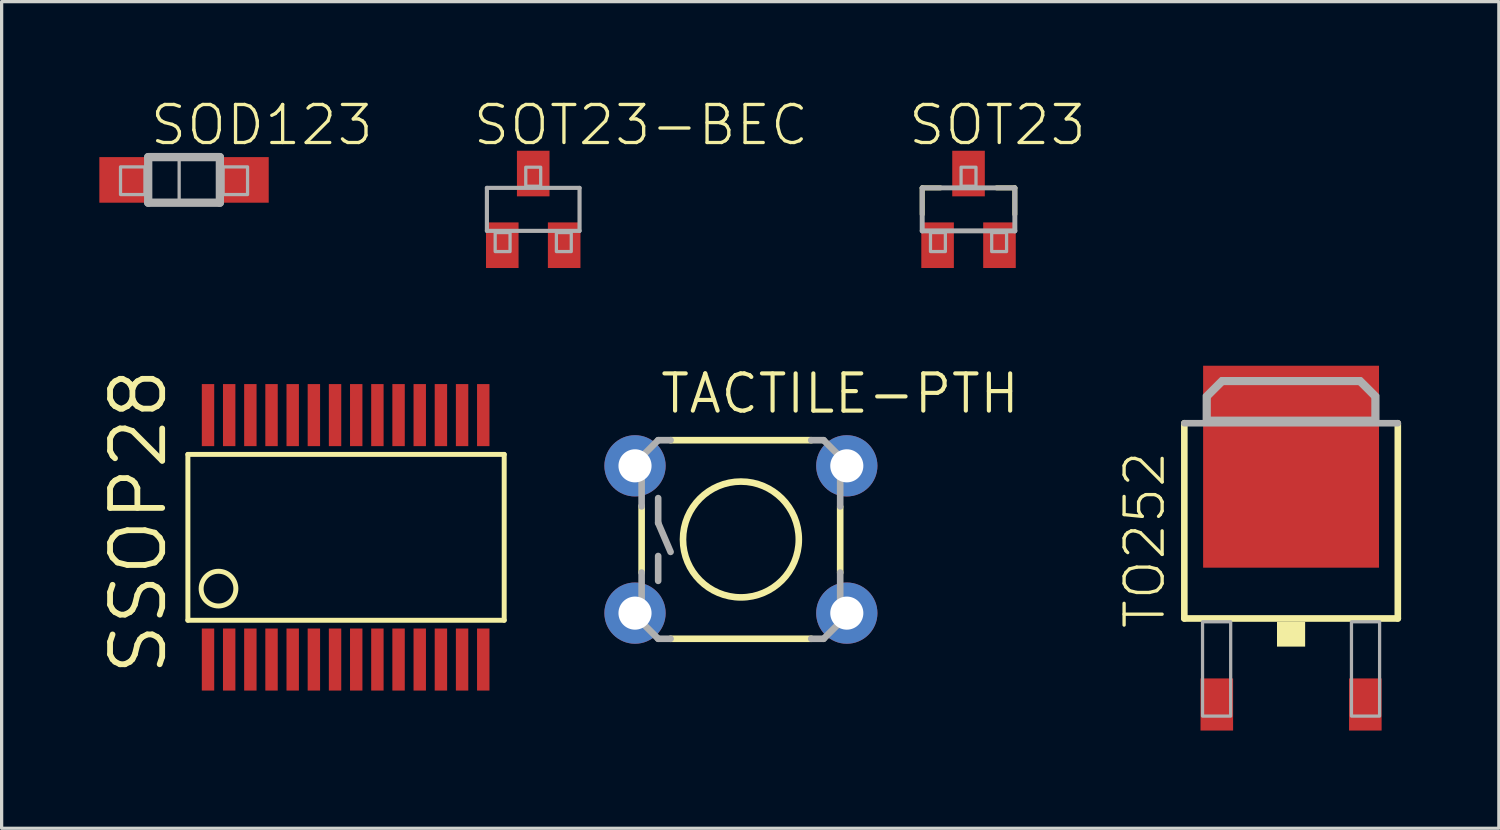
<source format=kicad_pcb>
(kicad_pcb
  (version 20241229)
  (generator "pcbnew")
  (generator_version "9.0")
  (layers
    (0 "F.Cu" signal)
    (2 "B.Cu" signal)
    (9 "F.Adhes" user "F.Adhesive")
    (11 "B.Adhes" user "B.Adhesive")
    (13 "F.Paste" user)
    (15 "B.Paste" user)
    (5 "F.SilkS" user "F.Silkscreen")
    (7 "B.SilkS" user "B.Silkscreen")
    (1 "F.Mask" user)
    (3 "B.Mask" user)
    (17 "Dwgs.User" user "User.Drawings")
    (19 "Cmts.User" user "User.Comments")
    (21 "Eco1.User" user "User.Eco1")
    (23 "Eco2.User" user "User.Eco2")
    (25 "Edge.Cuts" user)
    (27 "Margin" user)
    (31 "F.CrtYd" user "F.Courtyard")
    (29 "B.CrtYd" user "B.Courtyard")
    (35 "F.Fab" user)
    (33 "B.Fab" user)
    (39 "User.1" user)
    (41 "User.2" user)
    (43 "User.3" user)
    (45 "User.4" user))
  (footprint "SOD123"
    (layer "F.Cu")
    (at 2.6 2.473)
    (property "Reference" "SOD123" (at -1.1 -1 0) (layer "F.SilkS") (effects (font (size 1.168 1.168) (thickness 0.102)) (justify left bottom)))
    (fp_line (start -1.1 -0.7) (end 1.1 -0.7) (stroke (width 0.254) (type solid)) (layer "F.Fab"))
    (fp_line (start -1.1 0.7) (end -1.1 -0.7) (stroke (width 0.254) (type solid)) (layer "F.Fab"))
    (fp_line (start 1.1 -0.7) (end 1.1 0.7) (stroke (width 0.254) (type solid)) (layer "F.Fab"))
    (fp_line (start 1.1 0.7) (end -1.1 0.7) (stroke (width 0.254) (type solid)) (layer "F.Fab"))
    (fp_poly (pts (xy -1.95 0.45) (xy -1.2 0.45) (xy -1.2 -0.4) (xy -1.95 -0.4)) (stroke (width 0.1) (type solid)) (fill no) (layer "F.Fab"))
    (fp_poly (pts (xy -1.05 0.65) (xy -0.15 0.65) (xy -0.15 -0.7) (xy -1.05 -0.7)) (stroke (width 0.1) (type solid)) (fill no) (layer "F.Fab"))
    (fp_poly (pts (xy 1.2 0.45) (xy 1.95 0.45) (xy 1.95 -0.4) (xy 1.2 -0.4)) (stroke (width 0.1) (type solid)) (fill no) (layer "F.Fab"))
    (pad "A" smd rect (at 1.9 0) (size 1.4 1.4) (layers "F.Cu" "F.Mask" "F.Paste"))
    (pad "C" smd rect (at -1.9 0) (size 1.4 1.4) (layers "F.Cu" "F.Mask" "F.Paste")))
  (footprint "TO252"
    (layer "F.Cu")
    (at 36.586 13.778)
    (property "Reference" "TO252" (at -3.81 2.54 90) (layer "F.SilkS") (effects (font (size 1.168 1.168) (thickness 0.102)) (justify left bottom)))
    (fp_line (start -3.277 2.159) (end -3.277 -3.835) (stroke (width 0.203) (type solid)) (layer "F.SilkS"))
    (fp_line (start 3.277 -3.835) (end 3.277 2.159) (stroke (width 0.203) (type solid)) (layer "F.SilkS"))
    (fp_line (start 3.277 2.159) (end -3.277 2.159) (stroke (width 0.203) (type solid)) (layer "F.SilkS"))
    (fp_poly (pts (xy -0.432 3.023) (xy 0.432 3.023) (xy 0.432 2.261) (xy -0.432 2.261)) (stroke (width 0) (type solid)) (fill yes) (layer "F.SilkS"))
    (fp_line (start -3.277 -3.835) (end 3.277 -3.835) (stroke (width 0.203) (type solid)) (layer "F.Fab"))
    (fp_line (start -2.565 -4.648) (end -2.108 -5.105) (stroke (width 0.203) (type solid)) (layer "F.Fab"))
    (fp_line (start -2.565 -3.937) (end -2.565 -4.648) (stroke (width 0.203) (type solid)) (layer "F.Fab"))
    (fp_line (start -2.108 -5.105) (end 2.108 -5.105) (stroke (width 0.203) (type solid)) (layer "F.Fab"))
    (fp_line (start 2.108 -5.105) (end 2.565 -4.648) (stroke (width 0.203) (type solid)) (layer "F.Fab"))
    (fp_line (start 2.565 -4.648) (end 2.565 -3.937) (stroke (width 0.203) (type solid)) (layer "F.Fab"))
    (fp_line (start 2.565 -3.937) (end -2.565 -3.937) (stroke (width 0.203) (type solid)) (layer "F.Fab"))
    (fp_poly (pts (xy -2.718 5.156) (xy -1.854 5.156) (xy -1.854 2.261) (xy -2.718 2.261)) (stroke (width 0.1) (type solid)) (fill no) (layer "F.Fab"))
    (fp_poly (pts (xy 1.854 5.156) (xy 2.718 5.156) (xy 2.718 2.261) (xy 1.854 2.261)) (stroke (width 0.1) (type solid)) (fill no) (layer "F.Fab"))
    (fp_poly (pts (xy 2.665 -4.69) (xy 2.665 -3.837) (xy -2.665 -3.837) (xy -2.665 -4.69) (xy -2.15 -5.205) (xy 2.15 -5.205)) (stroke (width 0.1) (type solid)) (fill no) (layer "F.Fab"))
    (pad "1" smd rect (at -2.28 4.8) (size 1 1.6) (layers "F.Cu" "F.Mask" "F.Paste"))
    (pad "2" smd rect (at 2.28 4.8) (size 1 1.6) (layers "F.Cu" "F.Mask" "F.Paste"))
    (pad "3" smd rect (at 0 -2.5) (size 5.4 6.2) (layers "F.Cu" "F.Mask" "F.Paste")))
  (footprint "SOT23-BEC"
    (layer "F.Cu")
    (at 13.32 3.378)
    (property "Reference" "SOT23-BEC" (at -1.905 -1.905 0) (layer "F.SilkS") (effects (font (size 1.168 1.168) (thickness 0.102)) (justify left bottom)))
    (fp_line (start -1.422 -0.66) (end 1.422 -0.66) (stroke (width 0.127) (type solid)) (layer "F.Fab"))
    (fp_line (start -1.422 0.66) (end -1.422 -0.66) (stroke (width 0.127) (type solid)) (layer "F.Fab"))
    (fp_line (start 1.422 -0.66) (end 1.422 0.66) (stroke (width 0.127) (type solid)) (layer "F.Fab"))
    (fp_line (start 1.422 0.66) (end -1.422 0.66) (stroke (width 0.127) (type solid)) (layer "F.Fab"))
    (fp_poly (pts (xy -1.168 1.295) (xy -0.711 1.295) (xy -0.711 0.711) (xy -1.168 0.711)) (stroke (width 0.1) (type solid)) (fill no) (layer "F.Fab"))
    (fp_poly (pts (xy -0.229 -0.711) (xy 0.229 -0.711) (xy 0.229 -1.295) (xy -0.229 -1.295)) (stroke (width 0.1) (type solid)) (fill no) (layer "F.Fab"))
    (fp_poly (pts (xy 0.711 1.295) (xy 1.168 1.295) (xy 1.168 0.711) (xy 0.711 0.711)) (stroke (width 0.1) (type solid)) (fill no) (layer "F.Fab"))
    (pad "B" smd rect (at -0.95 1.1) (size 1 1.4) (layers "F.Cu" "F.Mask" "F.Paste"))
    (pad "C" smd rect (at 0 -1.1) (size 1 1.4) (layers "F.Cu" "F.Mask" "F.Paste"))
    (pad "E" smd rect (at 0.95 1.1) (size 1 1.4) (layers "F.Cu" "F.Mask" "F.Paste")))
  (footprint "SSOP28"
    (layer "F.Cu")
    (at 7.886 13.446)
    (property "Reference" "SSOP28" (at -5.752 4.318 90) (layer "F.SilkS") (effects (font (size 1.6 1.6) (thickness 0.178)) (justify left bottom)))
    (fp_line (start -5.168 -2.546) (end -5.168 2.546) (stroke (width 0.152) (type solid)) (layer "F.SilkS"))
    (fp_line (start -5.168 2.546) (end 4.543 2.546) (stroke (width 0.152) (type solid)) (layer "F.SilkS"))
    (fp_line (start 4.543 -2.546) (end -5.168 -2.546) (stroke (width 0.152) (type solid)) (layer "F.SilkS"))
    (fp_line (start 4.543 2.546) (end 4.543 -2.546) (stroke (width 0.152) (type solid)) (layer "F.SilkS"))
    (fp_circle (center -4.228 1.575) (end -3.695 1.575) (stroke (width 0.152) (type solid)) (fill no) (layer "F.SilkS"))
    (pad "1" smd rect (at -4.55 3.752 90) (size 1.905 0.381) (layers "F.Cu" "F.Mask" "F.Paste"))
    (pad "2" smd rect (at -3.9 3.752 90) (size 1.905 0.381) (layers "F.Cu" "F.Mask" "F.Paste"))
    (pad "3" smd rect (at -3.25 3.752 90) (size 1.905 0.381) (layers "F.Cu" "F.Mask" "F.Paste"))
    (pad "4" smd rect (at -2.6 3.752 90) (size 1.905 0.381) (layers "F.Cu" "F.Mask" "F.Paste"))
    (pad "5" smd rect (at -1.95 3.752 90) (size 1.905 0.381) (layers "F.Cu" "F.Mask" "F.Paste"))
    (pad "6" smd rect (at -1.3 3.752 90) (size 1.905 0.381) (layers "F.Cu" "F.Mask" "F.Paste"))
    (pad "7" smd rect (at -0.65 3.752 90) (size 1.905 0.381) (layers "F.Cu" "F.Mask" "F.Paste"))
    (pad "8" smd rect (at 0 3.752 90) (size 1.905 0.381) (layers "F.Cu" "F.Mask" "F.Paste"))
    (pad "9" smd rect (at 0.65 3.752 90) (size 1.905 0.381) (layers "F.Cu" "F.Mask" "F.Paste"))
    (pad "10" smd rect (at 1.3 3.752 90) (size 1.905 0.381) (layers "F.Cu" "F.Mask" "F.Paste"))
    (pad "11" smd rect (at 1.95 3.752 90) (size 1.905 0.381) (layers "F.Cu" "F.Mask" "F.Paste"))
    (pad "12" smd rect (at 2.6 3.752 90) (size 1.905 0.381) (layers "F.Cu" "F.Mask" "F.Paste"))
    (pad "13" smd rect (at 3.25 3.752 90) (size 1.905 0.381) (layers "F.Cu" "F.Mask" "F.Paste"))
    (pad "14" smd rect (at 3.9 3.752 90) (size 1.905 0.381) (layers "F.Cu" "F.Mask" "F.Paste"))
    (pad "15" smd rect (at 3.9 -3.752 90) (size 1.905 0.381) (layers "F.Cu" "F.Mask" "F.Paste"))
    (pad "16" smd rect (at 3.25 -3.752 90) (size 1.905 0.381) (layers "F.Cu" "F.Mask" "F.Paste"))
    (pad "17" smd rect (at 2.6 -3.752 90) (size 1.905 0.381) (layers "F.Cu" "F.Mask" "F.Paste"))
    (pad "18" smd rect (at 1.95 -3.752 90) (size 1.905 0.381) (layers "F.Cu" "F.Mask" "F.Paste"))
    (pad "19" smd rect (at 1.3 -3.752 90) (size 1.905 0.381) (layers "F.Cu" "F.Mask" "F.Paste"))
    (pad "20" smd rect (at 0.65 -3.752 90) (size 1.905 0.381) (layers "F.Cu" "F.Mask" "F.Paste"))
    (pad "21" smd rect (at 0 -3.752 90) (size 1.905 0.381) (layers "F.Cu" "F.Mask" "F.Paste"))
    (pad "22" smd rect (at -0.65 -3.752 90) (size 1.905 0.381) (layers "F.Cu" "F.Mask" "F.Paste"))
    (pad "23" smd rect (at -1.3 -3.752 90) (size 1.905 0.381) (layers "F.Cu" "F.Mask" "F.Paste"))
    (pad "24" smd rect (at -1.95 -3.752 90) (size 1.905 0.381) (layers "F.Cu" "F.Mask" "F.Paste"))
    (pad "25" smd rect (at -2.6 -3.752 90) (size 1.905 0.381) (layers "F.Cu" "F.Mask" "F.Paste"))
    (pad "26" smd rect (at -3.25 -3.752 90) (size 1.905 0.381) (layers "F.Cu" "F.Mask" "F.Paste"))
    (pad "27" smd rect (at -3.9 -3.752 90) (size 1.905 0.381) (layers "F.Cu" "F.Mask" "F.Paste"))
    (pad "28" smd rect (at -4.55 -3.752 90) (size 1.905 0.381) (layers "F.Cu" "F.Mask" "F.Paste")))
  (footprint "TACTILE-PTH"
    (layer "F.Cu")
    (at 19.696 13.512)
    (property "Reference" "TACTILE-PTH" (at -2.54 -3.81 0) (layer "F.SilkS") (effects (font (size 1.143 1.143) (thickness 0.127)) (justify left bottom)))
    (fp_line (start -3.048 -1.028) (end -3.048 1.016) (stroke (width 0.203) (type solid)) (layer "F.SilkS"))
    (fp_line (start -2.159 3.048) (end 2.159 3.048) (stroke (width 0.203) (type solid)) (layer "F.SilkS"))
    (fp_line (start 2.159 -3.048) (end -2.159 -3.048) (stroke (width 0.203) (type solid)) (layer "F.SilkS"))
    (fp_line (start 3.048 -0.998) (end 3.048 1.016) (stroke (width 0.203) (type solid)) (layer "F.SilkS"))
    (fp_circle (center 0 0) (end 1.778 0) (stroke (width 0.203) (type solid)) (fill no) (layer "F.SilkS"))
    (fp_line (start -3.048 -2.54) (end -3.048 -1.016) (stroke (width 0.203) (type solid)) (layer "F.Fab"))
    (fp_line (start -3.048 2.54) (end -3.048 1.016) (stroke (width 0.203) (type solid)) (layer "F.Fab"))
    (fp_line (start -2.54 -3.048) (end -3.048 -2.54) (stroke (width 0.203) (type solid)) (layer "F.Fab"))
    (fp_line (start -2.54 -3.048) (end -2.159 -3.048) (stroke (width 0.203) (type solid)) (layer "F.Fab"))
    (fp_line (start -2.54 -1.27) (end -2.54 -0.508) (stroke (width 0.203) (type solid)) (layer "F.Fab"))
    (fp_line (start -2.54 -0.508) (end -2.159 0.381) (stroke (width 0.203) (type solid)) (layer "F.Fab"))
    (fp_line (start -2.54 0.508) (end -2.54 1.27) (stroke (width 0.203) (type solid)) (layer "F.Fab"))
    (fp_line (start -2.54 3.048) (end -3.048 2.54) (stroke (width 0.203) (type solid)) (layer "F.Fab"))
    (fp_line (start -2.54 3.048) (end -2.159 3.048) (stroke (width 0.203) (type solid)) (layer "F.Fab"))
    (fp_line (start 2.54 -3.048) (end 2.159 -3.048) (stroke (width 0.203) (type solid)) (layer "F.Fab"))
    (fp_line (start 2.54 3.048) (end 2.159 3.048) (stroke (width 0.203) (type solid)) (layer "F.Fab"))
    (fp_line (start 2.54 3.048) (end 3.048 2.54) (stroke (width 0.203) (type solid)) (layer "F.Fab"))
    (fp_line (start 3.048 -2.54) (end 2.54 -3.048) (stroke (width 0.203) (type solid)) (layer "F.Fab"))
    (fp_line (start 3.048 -1.016) (end 3.048 -2.54) (stroke (width 0.203) (type solid)) (layer "F.Fab"))
    (fp_line (start 3.048 2.54) (end 3.048 1.016) (stroke (width 0.203) (type solid)) (layer "F.Fab"))
    (pad "1" thru_hole circle (at -3.251 -2.261) (size 1.88 1.88) (drill 1.016) (layers "*.Cu" "*.Mask"))
    (pad "2" thru_hole circle (at 3.251 -2.261) (size 1.88 1.88) (drill 1.016) (layers "*.Cu" "*.Mask"))
    (pad "3" thru_hole circle (at -3.251 2.261) (size 1.88 1.88) (drill 1.016) (layers "*.Cu" "*.Mask"))
    (pad "4" thru_hole circle (at 3.251 2.261) (size 1.88 1.88) (drill 1.016) (layers "*.Cu" "*.Mask")))
  (footprint "SOT23"
    (layer "F.Cu")
    (at 26.684 3.378)
    (property "Reference" "SOT23" (at -1.905 -1.905 0) (layer "F.SilkS") (effects (font (size 1.168 1.168) (thickness 0.102)) (justify left bottom)))
    (fp_line (start -1.422 -0.66) (end -0.864 -0.66) (stroke (width 0.152) (type solid)) (layer "F.SilkS"))
    (fp_line (start -1.422 0.152) (end -1.422 -0.66) (stroke (width 0.152) (type solid)) (layer "F.SilkS"))
    (fp_line (start 0.864 -0.66) (end 1.422 -0.66) (stroke (width 0.152) (type solid)) (layer "F.SilkS"))
    (fp_line (start 1.422 -0.66) (end 1.422 0.152) (stroke (width 0.152) (type solid)) (layer "F.SilkS"))
    (fp_line (start -1.422 -0.66) (end 1.422 -0.66) (stroke (width 0.152) (type solid)) (layer "F.Fab"))
    (fp_line (start -1.422 0.66) (end -1.422 -0.66) (stroke (width 0.152) (type solid)) (layer "F.Fab"))
    (fp_line (start 1.422 -0.66) (end 1.422 0.66) (stroke (width 0.152) (type solid)) (layer "F.Fab"))
    (fp_line (start 1.422 0.66) (end -1.422 0.66) (stroke (width 0.152) (type solid)) (layer "F.Fab"))
    (fp_poly (pts (xy -1.168 1.295) (xy -0.711 1.295) (xy -0.711 0.711) (xy -1.168 0.711)) (stroke (width 0.1) (type solid)) (fill no) (layer "F.Fab"))
    (fp_poly (pts (xy -0.229 -0.711) (xy 0.229 -0.711) (xy 0.229 -1.295) (xy -0.229 -1.295)) (stroke (width 0.1) (type solid)) (fill no) (layer "F.Fab"))
    (fp_poly (pts (xy 0.711 1.295) (xy 1.168 1.295) (xy 1.168 0.711) (xy 0.711 0.711)) (stroke (width 0.1) (type solid)) (fill no) (layer "F.Fab"))
    (pad "1" smd rect (at -0.95 1.1) (size 1 1.4) (layers "F.Cu" "F.Mask" "F.Paste"))
    (pad "2" smd rect (at 0.95 1.1) (size 1 1.4) (layers "F.Cu" "F.Mask" "F.Paste"))
    (pad "3" smd rect (at 0 -1.1) (size 1 1.4) (layers "F.Cu" "F.Mask" "F.Paste")))
  (gr_rect
    (start -3 -3)
    (end 42.965 22.378)
    (stroke (width 0.1) (type default))
    (fill no)
    (layer "Edge.Cuts")))
</source>
